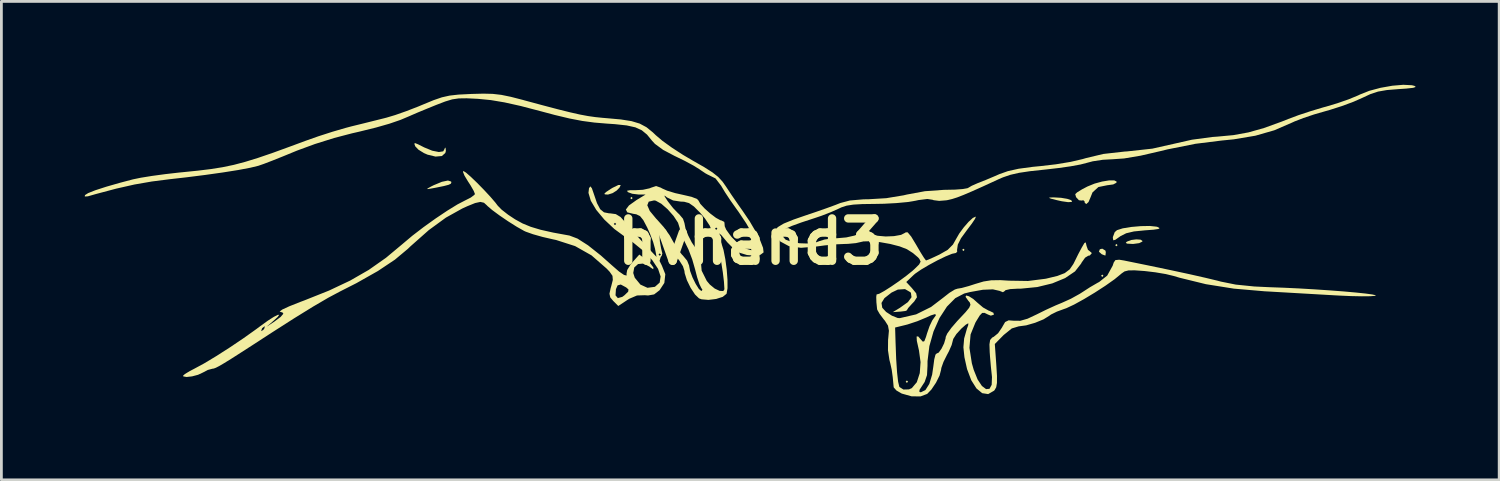
<source format=kicad_pcb>
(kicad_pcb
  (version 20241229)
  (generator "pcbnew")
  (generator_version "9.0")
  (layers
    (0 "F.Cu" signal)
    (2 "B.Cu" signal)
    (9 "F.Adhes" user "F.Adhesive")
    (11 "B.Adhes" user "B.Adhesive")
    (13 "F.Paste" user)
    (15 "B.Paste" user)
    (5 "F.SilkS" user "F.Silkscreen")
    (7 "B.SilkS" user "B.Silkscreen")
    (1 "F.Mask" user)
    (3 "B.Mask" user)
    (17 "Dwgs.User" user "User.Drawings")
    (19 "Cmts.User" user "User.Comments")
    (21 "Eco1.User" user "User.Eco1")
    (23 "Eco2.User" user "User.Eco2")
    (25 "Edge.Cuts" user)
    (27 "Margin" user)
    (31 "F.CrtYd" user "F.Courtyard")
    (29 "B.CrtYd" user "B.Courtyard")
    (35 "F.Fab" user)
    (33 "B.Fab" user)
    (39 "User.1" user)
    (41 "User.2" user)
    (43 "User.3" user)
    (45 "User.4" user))
  (footprint "hvhand3"
    (layer "F.Cu")
    (at 23.937 5.64)
    (property "Reference" "hvhand3" (at 0 0 0) (layer "F.SilkS") (effects (font (size 1.524 1.524) (thickness 0.3))))
    (attr board_only exclude_from_pos_files exclude_from_bom)
    (fp_poly (pts (xy -4.233 -1.566) (xy -4.276 -1.524) (xy -4.318 -1.566) (xy -4.276 -1.609)) (stroke (width 0) (type solid)) (fill yes) (layer "F.SilkS"))
    (fp_poly (pts (xy 5.673 5.038) (xy 5.63 5.08) (xy 5.588 5.038) (xy 5.63 4.995)) (stroke (width 0) (type solid)) (fill yes) (layer "F.SilkS"))
    (fp_poly (pts (xy 7.705 0.296) (xy 7.662 0.339) (xy 7.62 0.296) (xy 7.662 0.254)) (stroke (width 0) (type solid)) (fill yes) (layer "F.SilkS"))
    (fp_poly (pts (xy 12.7 1.228) (xy 12.658 1.27) (xy 12.615 1.228) (xy 12.658 1.185)) (stroke (width 0) (type solid)) (fill yes) (layer "F.SilkS"))
    (fp_poly (pts (xy 13.208 0.127) (xy 13.166 0.169) (xy 13.123 0.127) (xy 13.166 0.085)) (stroke (width 0) (type solid)) (fill yes) (layer "F.SilkS"))
    (fp_poly (pts (xy 12.77 0.322) (xy 12.785 0.381) (xy 12.773 0.49) (xy 12.764 0.501) (xy 12.678 0.469) (xy 12.636 0.452) (xy 12.537 0.362) (xy 12.571 0.275) (xy 12.658 0.254)) (stroke (width 0) (type solid)) (fill yes) (layer "F.SilkS"))
    (fp_poly (pts (xy -4.662 -2.035) (xy -4.706 -1.941) (xy -4.812 -1.833) (xy -4.959 -1.742) (xy -5.121 -1.692) (xy -5.233 -1.699) (xy -5.249 -1.727) (xy -5.184 -1.787) (xy -5.02 -1.896) (xy -4.953 -1.936) (xy -4.748 -2.036)) (stroke (width 0) (type solid)) (fill yes) (layer "F.SilkS"))
    (fp_poly (pts (xy 14.037 -0.07) (xy 14.104 -0.023) (xy 14.097 0) (xy 13.985 0.055) (xy 13.777 0.083) (xy 13.732 0.083) (xy 13.542 0.072) (xy 13.505 0.035) (xy 13.547 0) (xy 13.699 -0.058) (xy 13.882 -0.081)) (stroke (width 0) (type solid)) (fill yes) (layer "F.SilkS"))
    (fp_poly (pts (xy 11.175 -1.576) (xy 11.395 -1.539) (xy 11.541 -1.49) (xy 11.571 -1.439) (xy 11.556 -1.427) (xy 11.431 -1.419) (xy 11.205 -1.451) (xy 11.049 -1.485) (xy 10.815 -1.544) (xy 10.736 -1.576) (xy 10.798 -1.588) (xy 10.922 -1.59)) (stroke (width 0) (type solid)) (fill yes) (layer "F.SilkS"))
    (fp_poly (pts (xy -10.762 -2.161) (xy -10.753 -2.126) (xy -10.772 -2.083) (xy -10.851 -2.044) (xy -11.022 -1.999) (xy -11.316 -1.939) (xy -11.472 -1.91) (xy -11.61 -1.888) (xy -11.616 -1.908) (xy -11.481 -1.983) (xy -11.388 -2.029) (xy -11.094 -2.151) (xy -10.876 -2.197)) (stroke (width 0) (type solid)) (fill yes) (layer "F.SilkS"))
    (fp_poly (pts (xy -11.953 -3.501) (xy -11.727 -3.387) (xy -11.726 -3.387) (xy -11.442 -3.27) (xy -11.202 -3.222) (xy -11.046 -3.247) (xy -11.007 -3.316) (xy -10.979 -3.38) (xy -10.962 -3.371) (xy -10.95 -3.265) (xy -10.971 -3.187) (xy -11.096 -3.078) (xy -11.322 -3.058) (xy -11.611 -3.128) (xy -11.741 -3.185) (xy -11.936 -3.306) (xy -12.051 -3.426) (xy -12.056 -3.437) (xy -12.085 -3.521) (xy -12.061 -3.544)) (stroke (width 0) (type solid)) (fill yes) (layer "F.SilkS"))
    (fp_poly (pts (xy 14.606 -0.538) (xy 14.645 -0.527) (xy 14.72 -0.486) (xy 14.679 -0.455) (xy 14.504 -0.429) (xy 14.196 -0.406) (xy 13.795 -0.366) (xy 13.517 -0.3) (xy 13.312 -0.196) (xy 13.288 -0.179) (xy 13.124 -0.064) (xy 13.054 -0.047) (xy 13.039 -0.128) (xy 13.039 -0.164) (xy 13.106 -0.341) (xy 13.187 -0.412) (xy 13.392 -0.477) (xy 13.699 -0.527) (xy 14.046 -0.557) (xy 14.369 -0.563)) (stroke (width 0) (type solid)) (fill yes) (layer "F.SilkS"))
    (fp_poly (pts (xy 13.174 -2.16) (xy 13.166 -2.117) (xy 13.052 -2.057) (xy 12.85 -2.029) (xy 12.843 -2.029) (xy 12.519 -1.963) (xy 12.307 -1.771) (xy 12.231 -1.582) (xy 12.163 -1.423) (xy 12.082 -1.351) (xy 12.028 -1.393) (xy 12.023 -1.444) (xy 11.97 -1.492) (xy 11.929 -1.476) (xy 11.818 -1.488) (xy 11.716 -1.598) (xy 11.685 -1.707) (xy 11.754 -1.772) (xy 11.933 -1.882) (xy 12.124 -1.982) (xy 12.379 -2.086) (xy 12.65 -2.16) (xy 12.9 -2.201) (xy 13.088 -2.202)) (stroke (width 0) (type solid)) (fill yes) (layer "F.SilkS"))
    (fp_poly (pts (xy 23.792 -5.625) (xy 23.887 -5.601) (xy 23.933 -5.563) (xy 23.838 -5.531) (xy 23.593 -5.504) (xy 23.313 -5.485) (xy 22.893 -5.451) (xy 22.576 -5.396) (xy 22.296 -5.303) (xy 22.02 -5.175) (xy 21.693 -5.03) (xy 21.275 -4.875) (xy 20.836 -4.735) (xy 20.681 -4.691) (xy 20.278 -4.575) (xy 19.89 -4.445) (xy 19.578 -4.324) (xy 19.477 -4.278) (xy 18.845 -4.004) (xy 18.164 -3.809) (xy 17.388 -3.679) (xy 16.947 -3.635) (xy 16.001 -3.517) (xy 15.006 -3.318) (xy 14.757 -3.257) (xy 14.034 -3.09) (xy 13.443 -2.991) (xy 13.04 -2.963) (xy 12.675 -2.943) (xy 12.317 -2.889) (xy 12.097 -2.831) (xy 11.872 -2.773) (xy 11.523 -2.709) (xy 11.096 -2.648) (xy 10.638 -2.595) (xy 10.583 -2.589) (xy 10.06 -2.533) (xy 9.665 -2.474) (xy 9.354 -2.403) (xy 9.087 -2.312) (xy 8.932 -2.245) (xy 8.393 -1.997) (xy 7.981 -1.812) (xy 7.671 -1.68) (xy 7.437 -1.589) (xy 7.254 -1.531) (xy 7.097 -1.494) (xy 7.046 -1.485) (xy 6.792 -1.465) (xy 6.592 -1.49) (xy 6.558 -1.504) (xy 6.367 -1.534) (xy 6.048 -1.494) (xy 5.939 -1.47) (xy 5.653 -1.423) (xy 5.256 -1.386) (xy 4.808 -1.362) (xy 4.484 -1.356) (xy 4.03 -1.35) (xy 3.704 -1.331) (xy 3.466 -1.294) (xy 3.276 -1.232) (xy 3.172 -1.183) (xy 2.899 -1.061) (xy 2.556 -0.928) (xy 2.328 -0.851) (xy 1.835 -0.689) (xy 1.488 -0.563) (xy 1.272 -0.466) (xy 1.167 -0.389) (xy 1.151 -0.347) (xy 1.171 -0.19) (xy 1.173 -0.178) (xy 1.268 -0.071) (xy 1.482 0.01) (xy 1.765 0.059) (xy 2.066 0.069) (xy 2.338 0.036) (xy 2.482 -0.017) (xy 2.671 -0.076) (xy 2.952 -0.115) (xy 3.133 -0.123) (xy 3.452 -0.151) (xy 3.745 -0.217) (xy 3.861 -0.263) (xy 4.062 -0.347) (xy 4.217 -0.339) (xy 4.361 -0.274) (xy 4.579 -0.21) (xy 4.866 -0.185) (xy 5.166 -0.197) (xy 5.421 -0.243) (xy 5.575 -0.321) (xy 5.586 -0.335) (xy 5.658 -0.334) (xy 5.786 -0.181) (xy 5.966 0.117) (xy 6.121 0.384) (xy 6.245 0.582) (xy 6.315 0.675) (xy 6.32 0.677) (xy 6.412 0.644) (xy 6.609 0.556) (xy 6.8 0.466) (xy 7.098 0.296) (xy 7.287 0.106) (xy 7.396 -0.088) (xy 7.514 -0.292) (xy 7.676 -0.512) (xy 7.85 -0.712) (xy 8.003 -0.852) (xy 8.101 -0.897) (xy 8.111 -0.892) (xy 8.079 -0.815) (xy 7.965 -0.645) (xy 7.797 -0.423) (xy 7.576 -0.12) (xy 7.462 0.108) (xy 7.434 0.302) (xy 7.441 0.36) (xy 7.393 0.411) (xy 7.387 0.41) (xy 7.254 0.438) (xy 7.021 0.533) (xy 6.729 0.674) (xy 6.422 0.84) (xy 6.141 1.006) (xy 5.929 1.152) (xy 5.873 1.2) (xy 5.608 1.453) (xy 5.81 1.67) (xy 5.965 1.86) (xy 5.993 2.001) (xy 5.893 2.155) (xy 5.809 2.242) (xy 5.68 2.385) (xy 5.63 2.467) (xy 5.632 2.471) (xy 5.577 2.495) (xy 5.409 2.516) (xy 5.392 2.517) (xy 5.126 2.536) (xy 5.378 2.382) (xy 5.667 2.176) (xy 5.797 2) (xy 5.776 1.845) (xy 5.757 1.82) (xy 5.563 1.708) (xy 5.305 1.725) (xy 5.078 1.833) (xy 4.823 2.033) (xy 4.717 2.206) (xy 4.744 2.375) (xy 4.747 2.381) (xy 4.883 2.529) (xy 5.093 2.665) (xy 5.3 2.747) (xy 5.376 2.752) (xy 5.962 2.617) (xy 6.499 2.351) (xy 6.933 2.02) (xy 7.16 1.842) (xy 7.355 1.723) (xy 7.449 1.693) (xy 7.603 1.667) (xy 7.856 1.598) (xy 8.091 1.522) (xy 8.388 1.434) (xy 8.665 1.391) (xy 8.991 1.386) (xy 9.31 1.405) (xy 9.987 1.416) (xy 10.61 1.337) (xy 10.651 1.329) (xy 11.044 1.234) (xy 11.309 1.132) (xy 11.487 0.997) (xy 11.618 0.805) (xy 11.661 0.72) (xy 11.793 0.452) (xy 11.921 0.212) (xy 12.016 0.05) (xy 12.062 0.028) (xy 12.088 0.134) (xy 12.09 0.148) (xy 12.143 0.297) (xy 12.198 0.339) (xy 12.274 0.403) (xy 12.277 0.423) (xy 12.208 0.499) (xy 12.154 0.508) (xy 12.04 0.578) (xy 11.917 0.75) (xy 11.895 0.793) (xy 11.678 1.071) (xy 11.322 1.312) (xy 10.859 1.503) (xy 10.319 1.634) (xy 9.73 1.692) (xy 9.605 1.693) (xy 9.344 1.708) (xy 9.179 1.746) (xy 9.144 1.781) (xy 9.084 1.82) (xy 8.962 1.771) (xy 8.724 1.717) (xy 8.362 1.732) (xy 7.906 1.813) (xy 7.693 1.866) (xy 7.372 2.033) (xy 7.071 2.337) (xy 6.804 2.747) (xy 6.588 3.232) (xy 6.439 3.759) (xy 6.373 4.298) (xy 6.372 4.466) (xy 6.354 4.801) (xy 6.27 5.048) (xy 6.194 5.164) (xy 6.084 5.333) (xy 6.081 5.407) (xy 6.134 5.419) (xy 6.297 5.339) (xy 6.437 5.118) (xy 6.539 4.783) (xy 6.581 4.493) (xy 6.615 4.233) (xy 6.659 4.065) (xy 6.697 4.027) (xy 6.775 3.991) (xy 6.876 3.85) (xy 6.969 3.66) (xy 7.023 3.476) (xy 7.027 3.427) (xy 7.083 3.305) (xy 7.23 3.102) (xy 7.441 2.857) (xy 7.506 2.788) (xy 7.74 2.539) (xy 7.871 2.379) (xy 7.917 2.274) (xy 7.894 2.192) (xy 7.832 2.117) (xy 7.74 1.986) (xy 7.762 1.938) (xy 7.863 1.966) (xy 8.015 2.061) (xy 8.164 2.194) (xy 8.37 2.369) (xy 8.574 2.483) (xy 8.606 2.493) (xy 8.742 2.559) (xy 8.761 2.627) (xy 8.65 2.663) (xy 8.552 2.625) (xy 8.424 2.563) (xy 8.337 2.566) (xy 8.249 2.659) (xy 8.121 2.868) (xy 8.094 2.915) (xy 7.921 3.34) (xy 7.88 3.819) (xy 7.967 4.376) (xy 8.034 4.611) (xy 8.174 4.959) (xy 8.329 5.192) (xy 8.478 5.305) (xy 8.602 5.294) (xy 8.68 5.151) (xy 8.691 4.873) (xy 8.682 4.784) (xy 8.651 4.495) (xy 8.621 4.144) (xy 8.609 3.972) (xy 8.6 3.694) (xy 8.625 3.537) (xy 8.698 3.452) (xy 8.756 3.422) (xy 8.912 3.294) (xy 9.052 3.088) (xy 9.059 3.073) (xy 9.164 2.892) (xy 9.29 2.831) (xy 9.483 2.846) (xy 9.711 2.847) (xy 9.97 2.773) (xy 10.287 2.624) (xy 10.629 2.455) (xy 10.986 2.292) (xy 11.208 2.2) (xy 11.529 2.055) (xy 11.846 1.879) (xy 11.945 1.816) (xy 12.215 1.641) (xy 12.485 1.484) (xy 12.546 1.452) (xy 12.835 1.223) (xy 13.032 0.866) (xy 13.07 0.751) (xy 13.129 0.665) (xy 13.266 0.651) (xy 13.434 0.678) (xy 14.315 0.858) (xy 15.11 1.024) (xy 15.802 1.173) (xy 16.371 1.302) (xy 16.8 1.405) (xy 16.923 1.438) (xy 17.459 1.546) (xy 18.127 1.614) (xy 18.658 1.639) (xy 19.182 1.658) (xy 19.733 1.684) (xy 20.289 1.717) (xy 20.828 1.753) (xy 21.328 1.791) (xy 21.766 1.83) (xy 22.121 1.867) (xy 22.371 1.901) (xy 22.493 1.93) (xy 22.477 1.95) (xy 22.299 1.964) (xy 21.993 1.967) (xy 21.596 1.959) (xy 21.149 1.939) (xy 21.038 1.933) (xy 20.498 1.902) (xy 19.862 1.865) (xy 19.204 1.827) (xy 18.596 1.792) (xy 18.5 1.787) (xy 17.388 1.691) (xy 16.385 1.531) (xy 15.438 1.299) (xy 15.227 1.236) (xy 14.942 1.167) (xy 14.567 1.104) (xy 14.181 1.058) (xy 14.169 1.057) (xy 13.823 1.033) (xy 13.601 1.036) (xy 13.458 1.072) (xy 13.35 1.147) (xy 13.335 1.161) (xy 13.101 1.353) (xy 12.773 1.585) (xy 12.392 1.832) (xy 12.002 2.067) (xy 11.647 2.263) (xy 11.368 2.394) (xy 11.293 2.42) (xy 11.027 2.517) (xy 10.814 2.622) (xy 10.755 2.665) (xy 10.546 2.795) (xy 10.243 2.919) (xy 9.92 3.012) (xy 9.651 3.048) (xy 9.403 3.123) (xy 9.117 3.354) (xy 9.105 3.365) (xy 8.793 3.683) (xy 8.848 4.453) (xy 8.871 4.833) (xy 8.87 5.082) (xy 8.843 5.238) (xy 8.786 5.339) (xy 8.764 5.363) (xy 8.554 5.484) (xy 8.339 5.451) (xy 8.132 5.28) (xy 7.946 4.986) (xy 7.794 4.583) (xy 7.7 4.159) (xy 7.663 3.799) (xy 7.69 3.483) (xy 7.791 3.129) (xy 7.836 3.006) (xy 7.84 2.936) (xy 7.751 2.986) (xy 7.59 3.128) (xy 7.41 3.325) (xy 7.299 3.499) (xy 7.281 3.564) (xy 7.241 3.719) (xy 7.139 3.95) (xy 7.071 4.077) (xy 6.946 4.327) (xy 6.87 4.542) (xy 6.859 4.614) (xy 6.806 4.816) (xy 6.678 5.073) (xy 6.512 5.32) (xy 6.36 5.478) (xy 6.12 5.568) (xy 5.798 5.564) (xy 5.453 5.467) (xy 5.44 5.462) (xy 5.254 5.354) (xy 5.158 5.245) (xy 5.155 5.232) (xy 5.121 4.872) (xy 5.085 4.611) (xy 5.034 4.378) (xy 5.002 4.255) (xy 4.95 3.908) (xy 4.954 3.529) (xy 4.96 3.476) (xy 4.984 3.205) (xy 4.963 3.09) (xy 5.207 3.09) (xy 5.222 3.598) (xy 5.245 4.218) (xy 5.277 4.701) (xy 5.315 5.039) (xy 5.358 5.219) (xy 5.364 5.23) (xy 5.506 5.32) (xy 5.705 5.315) (xy 5.808 5.269) (xy 5.987 5.057) (xy 6.094 4.73) (xy 6.122 4.333) (xy 6.064 3.907) (xy 6.057 3.879) (xy 5.988 3.569) (xy 5.98 3.413) (xy 6.036 3.409) (xy 6.13 3.517) (xy 6.205 3.6) (xy 6.259 3.579) (xy 6.317 3.429) (xy 6.356 3.299) (xy 6.446 3.039) (xy 6.543 2.835) (xy 6.576 2.787) (xy 6.674 2.649) (xy 6.65 2.605) (xy 6.494 2.653) (xy 6.331 2.728) (xy 6.007 2.863) (xy 5.659 2.978) (xy 5.59 2.996) (xy 5.207 3.09) (xy 4.963 3.09) (xy 4.951 3.022) (xy 4.843 2.85) (xy 4.794 2.791) (xy 4.65 2.6) (xy 4.566 2.453) (xy 4.559 2.428) (xy 4.534 2.184) (xy 4.528 1.991) (xy 4.541 1.898) (xy 4.551 1.898) (xy 4.637 1.875) (xy 4.821 1.773) (xy 5.069 1.615) (xy 5.345 1.425) (xy 5.613 1.227) (xy 5.838 1.046) (xy 5.904 0.986) (xy 6.07 0.823) (xy 6.124 0.721) (xy 6.082 0.627) (xy 6.032 0.568) (xy 5.849 0.412) (xy 5.631 0.273) (xy 5.371 0.172) (xy 5.03 0.084) (xy 4.662 0.019) (xy 4.322 -0.014) (xy 4.066 -0.007) (xy 3.997 0.009) (xy 3.794 0.054) (xy 3.51 0.081) (xy 3.376 0.085) (xy 3.058 0.099) (xy 2.67 0.137) (xy 2.387 0.175) (xy 1.823 0.223) (xy 1.388 0.163) (xy 1.08 -0.003) (xy 0.993 -0.099) (xy 0.898 -0.261) (xy 0.891 -0.398) (xy 0.988 -0.523) (xy 1.204 -0.651) (xy 1.557 -0.794) (xy 1.956 -0.932) (xy 2.368 -1.071) (xy 2.753 -1.206) (xy 3.062 -1.319) (xy 3.236 -1.388) (xy 3.58 -1.479) (xy 4.069 -1.521) (xy 4.259 -1.524) (xy 4.888 -1.562) (xy 5.512 -1.665) (xy 5.63 -1.693) (xy 6.279 -1.813) (xy 6.962 -1.862) (xy 7.024 -1.863) (xy 7.365 -1.87) (xy 7.641 -1.891) (xy 7.81 -1.921) (xy 7.836 -1.934) (xy 7.964 -2.009) (xy 8.175 -2.102) (xy 8.213 -2.116) (xy 8.464 -2.216) (xy 8.779 -2.349) (xy 8.955 -2.426) (xy 9.263 -2.535) (xy 9.65 -2.621) (xy 10.155 -2.689) (xy 10.437 -2.716) (xy 10.994 -2.781) (xy 11.519 -2.868) (xy 11.953 -2.969) (xy 12.065 -3.002) (xy 12.696 -3.153) (xy 13.461 -3.239) (xy 13.547 -3.244) (xy 14.459 -3.344) (xy 15.198 -3.51) (xy 15.882 -3.665) (xy 16.614 -3.763) (xy 16.806 -3.777) (xy 17.375 -3.83) (xy 17.914 -3.928) (xy 18.475 -4.086) (xy 19.11 -4.316) (xy 19.346 -4.41) (xy 19.718 -4.549) (xy 20.17 -4.698) (xy 20.615 -4.831) (xy 20.703 -4.854) (xy 21.11 -4.976) (xy 21.519 -5.118) (xy 21.856 -5.257) (xy 21.929 -5.292) (xy 22.262 -5.424) (xy 22.667 -5.532) (xy 23.091 -5.607) (xy 23.483 -5.64)) (stroke (width 0) (type solid)) (fill yes) (layer "F.SilkS"))
    (fp_poly (pts (xy -9.265 -5.314) (xy -8.956 -5.278) (xy -8.615 -5.208) (xy -8.18 -5.096) (xy -8.128 -5.081) (xy -7.453 -4.899) (xy -6.913 -4.757) (xy -6.482 -4.65) (xy -6.133 -4.571) (xy -5.838 -4.516) (xy -5.571 -4.478) (xy -5.304 -4.451) (xy -5.173 -4.44) (xy -4.658 -4.394) (xy -4.273 -4.333) (xy -3.98 -4.245) (xy -3.737 -4.115) (xy -3.508 -3.93) (xy -3.4 -3.827) (xy -3.161 -3.624) (xy -2.819 -3.378) (xy -2.422 -3.12) (xy -2.07 -2.913) (xy -1.658 -2.678) (xy -1.364 -2.491) (xy -1.156 -2.326) (xy -1 -2.157) (xy -0.877 -1.982) (xy -0.675 -1.677) (xy -0.435 -1.329) (xy -0.274 -1.101) (xy -0.026 -0.734) (xy 0.189 -0.369) (xy 0.356 -0.039) (xy 0.457 0.223) (xy 0.476 0.383) (xy 0.474 0.39) (xy 0.36 0.475) (xy 0.143 0.505) (xy -0.122 0.482) (xy -0.376 0.404) (xy -0.414 0.386) (xy -0.615 0.24) (xy -0.828 0.025) (xy -0.884 -0.043) (xy -1.054 -0.246) (xy -1.141 -0.303) (xy -1.142 -0.213) (xy -1.056 0.021) (xy -1.043 0.051) (xy -0.965 0.3) (xy -0.899 0.636) (xy -0.849 1.011) (xy -0.822 1.374) (xy -0.821 1.676) (xy -0.853 1.867) (xy -0.858 1.879) (xy -0.993 1.987) (xy -1.231 2.063) (xy -1.506 2.096) (xy -1.753 2.075) (xy -1.845 2.042) (xy -1.99 1.902) (xy -2.148 1.662) (xy -2.283 1.385) (xy -2.362 1.134) (xy -2.371 1.053) (xy -2.424 0.885) (xy -2.555 0.678) (xy -2.591 0.635) (xy -2.782 0.38) (xy -2.956 0.096) (xy -2.97 0.069) (xy -3.12 -0.19) (xy -3.219 -0.293) (xy -3.266 -0.24) (xy -3.256 -0.029) (xy -3.25 0.015) (xy -3.209 0.245) (xy -3.174 0.393) (xy -3.164 0.416) (xy -3.183 0.5) (xy -3.225 0.56) (xy -3.265 0.694) (xy -3.182 0.862) (xy -3.058 1.171) (xy -3.093 1.486) (xy -3.265 1.748) (xy -3.461 1.899) (xy -3.679 1.937) (xy -3.794 1.928) (xy -4.076 1.937) (xy -4.353 2.055) (xy -4.428 2.102) (xy -4.75 2.315) (xy -4.93 2.135) (xy -5.038 2.006) (xy -5.054 1.933) (xy -4.849 1.933) (xy -4.766 2.031) (xy -4.606 1.988) (xy -4.525 1.928) (xy -4.393 1.799) (xy -4.383 1.72) (xy -4.467 1.647) (xy -4.66 1.543) (xy -4.774 1.573) (xy -4.834 1.71) (xy -4.849 1.933) (xy -5.054 1.933) (xy -5.067 1.875) (xy -5.024 1.673) (xy -5.003 1.602) (xy -4.946 1.378) (xy -4.958 1.231) (xy -5.059 1.085) (xy -5.167 0.971) (xy -5.712 0.495) (xy -6.303 0.161) (xy -6.985 -0.058) (xy -7.09 -0.08) (xy -7.468 -0.167) (xy -7.816 -0.265) (xy -8.076 -0.357) (xy -8.135 -0.384) (xy -8.404 -0.536) (xy -8.716 -0.733) (xy -9.024 -0.943) (xy -9.285 -1.136) (xy -9.455 -1.281) (xy -9.475 -1.303) (xy -9.58 -1.398) (xy -9.71 -1.428) (xy -9.899 -1.387) (xy -10.185 -1.271) (xy -10.362 -1.19) (xy -10.949 -0.863) (xy -11.562 -0.416) (xy -12.222 0.168) (xy -12.319 0.261) (xy -12.782 0.648) (xy -13.395 1.057) (xy -14.166 1.493) (xy -14.753 1.791) (xy -15.176 2.016) (xy -15.727 2.338) (xy -16.407 2.758) (xy -17.22 3.278) (xy -17.314 3.339) (xy -17.888 3.712) (xy -18.337 4.001) (xy -18.678 4.219) (xy -18.928 4.373) (xy -19.104 4.476) (xy -19.221 4.536) (xy -19.298 4.565) (xy -19.348 4.572) (xy -19.513 4.616) (xy -19.686 4.707) (xy -19.864 4.79) (xy -20.08 4.847) (xy -20.276 4.869) (xy -20.393 4.848) (xy -20.405 4.825) (xy -20.335 4.761) (xy -20.157 4.654) (xy -20.003 4.574) (xy -19.653 4.385) (xy -19.212 4.12) (xy -18.721 3.806) (xy -18.224 3.471) (xy -17.86 3.212) (xy -17.59 3.212) (xy -17.578 3.217) (xy -17.501 3.158) (xy -17.484 3.133) (xy -17.462 3.054) (xy -17.474 3.048) (xy -17.551 3.108) (xy -17.568 3.133) (xy -17.59 3.212) (xy -17.86 3.212) (xy -17.762 3.142) (xy -17.631 3.044) (xy -17.357 2.846) (xy -17.14 2.707) (xy -16.997 2.634) (xy -16.945 2.633) (xy -17.003 2.713) (xy -17.145 2.844) (xy -17.399 3.062) (xy -17.126 2.882) (xy -16.895 2.71) (xy -16.795 2.593) (xy -16.835 2.542) (xy -16.861 2.54) (xy -16.93 2.516) (xy -16.838 2.445) (xy -16.586 2.328) (xy -16.176 2.165) (xy -16.044 2.116) (xy -15.154 1.761) (xy -14.394 1.402) (xy -13.724 1.017) (xy -13.105 0.582) (xy -12.498 0.076) (xy -12.488 0.067) (xy -12.155 -0.213) (xy -11.753 -0.521) (xy -11.322 -0.83) (xy -10.902 -1.111) (xy -10.534 -1.338) (xy -10.266 -1.477) (xy -10.052 -1.586) (xy -9.923 -1.683) (xy -9.906 -1.715) (xy -9.95 -1.826) (xy -10.063 -2.023) (xy -10.157 -2.168) (xy -10.281 -2.373) (xy -10.335 -2.508) (xy -10.321 -2.54) (xy -10.227 -2.482) (xy -10.052 -2.329) (xy -9.827 -2.113) (xy -9.585 -1.866) (xy -9.355 -1.619) (xy -9.169 -1.403) (xy -9.085 -1.292) (xy -8.946 -1.15) (xy -8.713 -0.968) (xy -8.461 -0.801) (xy -8.191 -0.653) (xy -7.896 -0.532) (xy -7.543 -0.426) (xy -7.093 -0.325) (xy -6.512 -0.219) (xy -6.502 -0.217) (xy -6.217 -0.109) (xy -5.839 0.132) (xy -5.375 0.5) (xy -4.975 0.856) (xy -4.723 1.075) (xy -4.542 1.199) (xy -4.45 1.22) (xy -4.453 1.153) (xy -4.429 1.022) (xy -4.314 0.832) (xy -4.246 0.749) (xy -3.993 0.466) (xy -3.758 0.64) (xy -3.587 0.794) (xy -3.488 0.929) (xy -3.485 0.936) (xy -3.493 0.994) (xy -3.597 0.924) (xy -3.622 0.903) (xy -3.84 0.788) (xy -4.038 0.807) (xy -4.175 0.93) (xy -4.212 1.128) (xy -4.157 1.298) (xy -3.953 1.546) (xy -3.7 1.661) (xy -3.433 1.626) (xy -3.43 1.624) (xy -3.261 1.474) (xy -3.227 1.254) (xy -3.318 0.981) (xy -3.524 0.671) (xy -3.835 0.343) (xy -4.24 0.013) (xy -4.473 -0.147) (xy -4.89 -0.453) (xy -5.084 -0.635) (xy -4.911 -0.635) (xy -4.868 -0.593) (xy -4.826 -0.635) (xy -4.868 -0.677) (xy -4.911 -0.635) (xy -5.084 -0.635) (xy -5.252 -0.793) (xy -5.541 -1.14) (xy -5.737 -1.468) (xy -5.822 -1.753) (xy -5.802 -1.922) (xy -5.754 -1.987) (xy -5.7 -1.92) (xy -5.636 -1.736) (xy -5.515 -1.382) (xy -5.399 -1.164) (xy -5.263 -1.053) (xy -5.081 -1.017) (xy -5.039 -1.016) (xy -4.839 -0.989) (xy -4.669 -0.886) (xy -4.473 -0.67) (xy -4.471 -0.667) (xy -4.259 -0.415) (xy -3.993 -0.114) (xy -3.782 0.116) (xy -3.374 0.55) (xy -3.389 0.466) (xy -3.302 0.466) (xy -3.26 0.508) (xy -3.217 0.466) (xy -3.26 0.423) (xy -3.302 0.466) (xy -3.389 0.466) (xy -3.429 0.254) (xy -3.497 0.011) (xy -3.615 -0.298) (xy -3.71 -0.508) (xy -3.85 -0.773) (xy -3.968 -0.918) (xy -4.102 -0.983) (xy -4.212 -1) (xy -4.426 -1.053) (xy -4.477 -1.153) (xy -4.366 -1.3) (xy -4.355 -1.308) (xy -3.706 -1.308) (xy -3.617 -1.103) (xy -3.39 -0.828) (xy -3.35 -0.787) (xy -3.112 -0.519) (xy -2.905 -0.232) (xy -2.804 -0.051) (xy -2.651 0.22) (xy -2.468 0.458) (xy -2.425 0.502) (xy -2.273 0.686) (xy -2.202 0.862) (xy -2.201 0.877) (xy -2.166 1.057) (xy -2.079 1.291) (xy -1.964 1.524) (xy -1.85 1.704) (xy -1.761 1.778) (xy -1.76 1.778) (xy -1.722 1.733) (xy -1.765 1.666) (xy -1.831 1.53) (xy -1.913 1.283) (xy -1.987 0.998) (xy -2.09 0.639) (xy -2.224 0.285) (xy -2.327 0.073) (xy -2.452 -0.182) (xy -2.528 -0.405) (xy -2.539 -0.482) (xy -2.601 -0.679) (xy -2.759 -0.92) (xy -2.973 -1.162) (xy -3.201 -1.361) (xy -3.402 -1.472) (xy -3.463 -1.482) (xy -3.655 -1.437) (xy -3.706 -1.308) (xy -4.355 -1.308) (xy -4.092 -1.496) (xy -4.064 -1.513) (xy -3.825 -1.658) (xy -3.084 -1.658) (xy -3.081 -1.622) (xy -2.98 -1.467) (xy -2.96 -1.439) (xy -2.781 -1.209) (xy -2.596 -1.017) (xy -2.563 -0.989) (xy -2.422 -0.822) (xy -2.371 -0.67) (xy -2.332 -0.473) (xy -2.234 -0.22) (xy -2.106 0.03) (xy -1.977 0.22) (xy -1.896 0.288) (xy -1.805 0.41) (xy -1.789 0.612) (xy -1.751 1.045) (xy -1.567 1.413) (xy -1.456 1.545) (xy -1.282 1.688) (xy -1.105 1.771) (xy -0.973 1.778) (xy -0.932 1.714) (xy -0.949 1.443) (xy -0.99 1.103) (xy -1.047 0.744) (xy -1.111 0.415) (xy -1.173 0.168) (xy -1.213 0.067) (xy -1.32 -0.166) (xy -1.381 -0.381) (xy -1.417 -0.466) (xy -1.27 -0.466) (xy -1.228 -0.423) (xy -1.185 -0.466) (xy -1.228 -0.508) (xy -1.27 -0.466) (xy -1.417 -0.466) (xy -1.463 -0.577) (xy -1.63 -0.829) (xy -1.804 -1.037) (xy -2.031 -1.264) (xy -2.206 -1.386) (xy -2.382 -1.434) (xy -2.501 -1.439) (xy -2.779 -1.481) (xy -2.993 -1.587) (xy -2.994 -1.587) (xy -3.084 -1.658) (xy -3.825 -1.658) (xy -3.768 -1.693) (xy -4.022 -1.694) (xy -4.249 -1.722) (xy -4.403 -1.779) (xy -4.436 -1.829) (xy -4.323 -1.85) (xy -4.146 -1.849) (xy -3.864 -1.864) (xy -3.624 -1.917) (xy -3.569 -1.94) (xy -3.389 -1.999) (xy -3.217 -1.939) (xy -3.178 -1.915) (xy -2.992 -1.832) (xy -2.705 -1.745) (xy -2.422 -1.682) (xy -2.112 -1.61) (xy -1.916 -1.533) (xy -1.863 -1.474) (xy -1.8 -1.359) (xy -1.644 -1.191) (xy -1.44 -1.009) (xy -1.236 -0.855) (xy -1.078 -0.769) (xy -1.043 -0.762) (xy -0.941 -0.711) (xy -0.931 -0.677) (xy -0.921 -0.551) (xy -0.869 -0.431) (xy -0.749 -0.262) (xy -0.669 -0.159) (xy -0.426 0.084) (xy -0.158 0.254) (xy 0.088 0.326) (xy 0.205 0.311) (xy 0.248 0.212) (xy 0.196 0.002) (xy 0.06 -0.296) (xy -0.151 -0.662) (xy -0.425 -1.072) (xy -0.507 -1.185) (xy -0.719 -1.485) (xy -0.907 -1.769) (xy -1.034 -1.98) (xy -1.045 -2.001) (xy -1.252 -2.272) (xy -1.517 -2.404) (xy -1.524 -2.406) (xy -1.614 -2.455) (xy -1.784 -2.569) (xy -1.838 -2.607) (xy -2.049 -2.737) (xy -2.354 -2.902) (xy -2.691 -3.066) (xy -2.727 -3.083) (xy -3.136 -3.299) (xy -3.432 -3.516) (xy -3.537 -3.63) (xy -3.716 -3.849) (xy -3.904 -4.004) (xy -4.136 -4.11) (xy -4.447 -4.179) (xy -4.874 -4.225) (xy -5.155 -4.244) (xy -5.611 -4.282) (xy -6.044 -4.34) (xy -6.502 -4.428) (xy -7.034 -4.555) (xy -7.567 -4.697) (xy -8.263 -4.879) (xy -8.839 -5.007) (xy -9.333 -5.09) (xy -9.782 -5.134) (xy -9.81 -5.136) (xy -10.202 -5.155) (xy -10.486 -5.151) (xy -10.724 -5.116) (xy -10.977 -5.039) (xy -11.303 -4.914) (xy -11.649 -4.773) (xy -11.966 -4.642) (xy -12.195 -4.543) (xy -12.234 -4.525) (xy -12.583 -4.378) (xy -12.981 -4.241) (xy -13.464 -4.103) (xy -14.068 -3.954) (xy -14.326 -3.895) (xy -14.972 -3.726) (xy -15.663 -3.509) (xy -16.3 -3.275) (xy -16.4 -3.234) (xy -16.809 -3.066) (xy -17.189 -2.914) (xy -17.497 -2.796) (xy -17.693 -2.728) (xy -17.695 -2.727) (xy -17.99 -2.656) (xy -18.425 -2.574) (xy -18.973 -2.487) (xy -19.606 -2.398) (xy -20.294 -2.311) (xy -20.87 -2.246) (xy -21.523 -2.163) (xy -22.15 -2.054) (xy -22.805 -1.906) (xy -23.543 -1.71) (xy -23.826 -1.629) (xy -23.937 -1.622) (xy -23.932 -1.672) (xy -23.817 -1.745) (xy -23.556 -1.848) (xy -23.167 -1.974) (xy -22.668 -2.117) (xy -22.202 -2.24) (xy -21.921 -2.298) (xy -21.518 -2.363) (xy -21.044 -2.427) (xy -20.547 -2.484) (xy -20.42 -2.496) (xy -19.872 -2.552) (xy -19.404 -2.609) (xy -18.983 -2.676) (xy -18.58 -2.76) (xy -18.164 -2.87) (xy -17.705 -3.012) (xy -17.17 -3.195) (xy -16.531 -3.428) (xy -16.002 -3.624) (xy -15.537 -3.788) (xy -15.028 -3.952) (xy -14.555 -4.09) (xy -14.351 -4.144) (xy -13.936 -4.246) (xy -13.511 -4.352) (xy -13.154 -4.441) (xy -13.081 -4.46) (xy -12.774 -4.552) (xy -12.378 -4.691) (xy -11.959 -4.853) (xy -11.769 -4.932) (xy -11.39 -5.088) (xy -11.093 -5.19) (xy -10.815 -5.252) (xy -10.495 -5.288) (xy -10.071 -5.309) (xy -10.033 -5.311) (xy -9.603 -5.322)) (stroke (width 0) (type solid)) (fill yes) (layer "F.SilkS")))
  (gr_rect
    (start -3 -3)
    (end 50.87 14.208)
    (stroke (width 0.1) (type default))
    (fill no)
    (layer "Edge.Cuts")))
</source>
